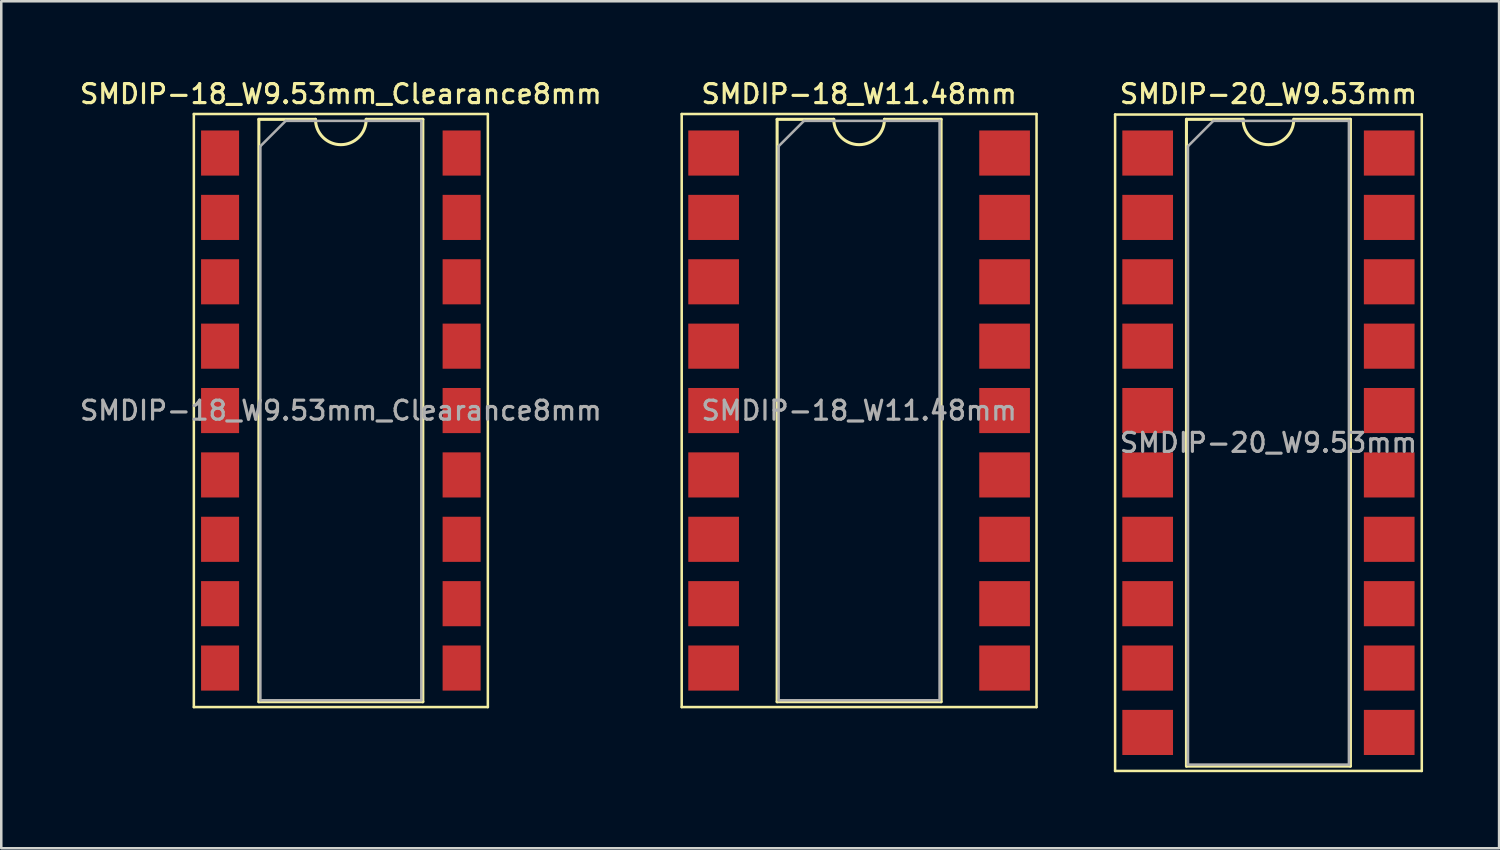
<source format=kicad_pcb>
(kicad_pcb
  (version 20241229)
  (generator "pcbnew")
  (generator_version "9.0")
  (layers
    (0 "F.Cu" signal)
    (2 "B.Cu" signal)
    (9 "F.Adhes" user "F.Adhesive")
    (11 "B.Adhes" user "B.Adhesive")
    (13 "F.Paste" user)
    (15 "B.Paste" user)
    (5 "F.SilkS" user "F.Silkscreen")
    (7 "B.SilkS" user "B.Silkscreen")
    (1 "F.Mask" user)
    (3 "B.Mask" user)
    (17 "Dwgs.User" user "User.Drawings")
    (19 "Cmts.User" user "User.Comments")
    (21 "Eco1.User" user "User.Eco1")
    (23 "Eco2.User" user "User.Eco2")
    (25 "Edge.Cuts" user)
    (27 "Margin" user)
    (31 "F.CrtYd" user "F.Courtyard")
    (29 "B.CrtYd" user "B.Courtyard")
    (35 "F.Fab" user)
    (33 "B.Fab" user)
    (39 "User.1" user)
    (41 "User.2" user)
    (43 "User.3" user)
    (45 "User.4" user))
  (footprint "SMDIP-18_W9.53mm_Clearance8mm"
    (layer "F.Cu")
    (at 10.398 13.148)
    (property "Reference" "SMDIP-18_W9.53mm_Clearance8mm" (at 0 -12.49 0) (layer "F.SilkS") (effects (font (size 0.75 0.75) (thickness 0.125))))
    (attr smd)
    (fp_line (start -5.8 -11.7) (end -5.8 11.7) (stroke (width 0.1) (type solid)) (layer "F.SilkS"))
    (fp_line (start -5.8 11.7) (end 5.8 11.7) (stroke (width 0.1) (type solid)) (layer "F.SilkS"))
    (fp_line (start -3.235 -11.49) (end -3.235 11.49) (stroke (width 0.12) (type solid)) (layer "F.SilkS"))
    (fp_line (start -3.235 11.49) (end 3.235 11.49) (stroke (width 0.12) (type solid)) (layer "F.SilkS"))
    (fp_line (start -1 -11.49) (end -3.235 -11.49) (stroke (width 0.12) (type solid)) (layer "F.SilkS"))
    (fp_line (start 3.235 -11.49) (end 1 -11.49) (stroke (width 0.12) (type solid)) (layer "F.SilkS"))
    (fp_line (start 3.235 11.49) (end 3.235 -11.49) (stroke (width 0.12) (type solid)) (layer "F.SilkS"))
    (fp_line (start 5.8 -11.7) (end -5.8 -11.7) (stroke (width 0.1) (type solid)) (layer "F.SilkS"))
    (fp_line (start 5.8 11.7) (end 5.8 -11.7) (stroke (width 0.1) (type solid)) (layer "F.SilkS"))
    (fp_arc (start 1 -11.49) (mid 0 -10.49) (end -1 -11.49) (stroke (width 0.12) (type solid)) (layer "F.SilkS"))
    (fp_line (start -3.175 -10.43) (end -2.175 -11.43) (stroke (width 0.1) (type solid)) (layer "F.Fab"))
    (fp_line (start -3.175 11.43) (end -3.175 -10.43) (stroke (width 0.1) (type solid)) (layer "F.Fab"))
    (fp_line (start -2.175 -11.43) (end 3.175 -11.43) (stroke (width 0.1) (type solid)) (layer "F.Fab"))
    (fp_line (start 3.175 -11.43) (end 3.175 11.43) (stroke (width 0.1) (type solid)) (layer "F.Fab"))
    (fp_line (start 3.175 11.43) (end -3.175 11.43) (stroke (width 0.1) (type solid)) (layer "F.Fab"))
    (fp_text user "${REFERENCE}" (at 0 0 0) (layer "F.Fab") (effects (font (size 0.75 0.75) (thickness 0.125))))
    (pad "1" smd rect (at -4.765 -10.16) (size 1.5 1.78) (layers "F.Cu" "F.Mask" "F.Paste"))
    (pad "2" smd rect (at -4.765 -7.62) (size 1.5 1.78) (layers "F.Cu" "F.Mask" "F.Paste"))
    (pad "3" smd rect (at -4.765 -5.08) (size 1.5 1.78) (layers "F.Cu" "F.Mask" "F.Paste"))
    (pad "4" smd rect (at -4.765 -2.54) (size 1.5 1.78) (layers "F.Cu" "F.Mask" "F.Paste"))
    (pad "5" smd rect (at -4.765 0) (size 1.5 1.78) (layers "F.Cu" "F.Mask" "F.Paste"))
    (pad "6" smd rect (at -4.765 2.54) (size 1.5 1.78) (layers "F.Cu" "F.Mask" "F.Paste"))
    (pad "7" smd rect (at -4.765 5.08) (size 1.5 1.78) (layers "F.Cu" "F.Mask" "F.Paste"))
    (pad "8" smd rect (at -4.765 7.62) (size 1.5 1.78) (layers "F.Cu" "F.Mask" "F.Paste"))
    (pad "9" smd rect (at -4.765 10.16) (size 1.5 1.78) (layers "F.Cu" "F.Mask" "F.Paste"))
    (pad "10" smd rect (at 4.765 10.16) (size 1.5 1.78) (layers "F.Cu" "F.Mask" "F.Paste"))
    (pad "11" smd rect (at 4.765 7.62) (size 1.5 1.78) (layers "F.Cu" "F.Mask" "F.Paste"))
    (pad "12" smd rect (at 4.765 5.08) (size 1.5 1.78) (layers "F.Cu" "F.Mask" "F.Paste"))
    (pad "13" smd rect (at 4.765 2.54) (size 1.5 1.78) (layers "F.Cu" "F.Mask" "F.Paste"))
    (pad "14" smd rect (at 4.765 0) (size 1.5 1.78) (layers "F.Cu" "F.Mask" "F.Paste"))
    (pad "15" smd rect (at 4.765 -2.54) (size 1.5 1.78) (layers "F.Cu" "F.Mask" "F.Paste"))
    (pad "16" smd rect (at 4.765 -5.08) (size 1.5 1.78) (layers "F.Cu" "F.Mask" "F.Paste"))
    (pad "17" smd rect (at 4.765 -7.62) (size 1.5 1.78) (layers "F.Cu" "F.Mask" "F.Paste"))
    (pad "18" smd rect (at 4.765 -10.16) (size 1.5 1.78) (layers "F.Cu" "F.Mask" "F.Paste")))
  (footprint "SMDIP-20_W9.53mm"
    (layer "F.Cu")
    (at 46.996 14.418)
    (property "Reference" "SMDIP-20_W9.53mm" (at 0 -13.76 0) (layer "F.SilkS") (effects (font (size 0.75 0.75) (thickness 0.125))))
    (attr smd)
    (fp_line (start -6.05 -12.95) (end -6.05 12.95) (stroke (width 0.1) (type solid)) (layer "F.SilkS"))
    (fp_line (start -6.05 12.95) (end 6.05 12.95) (stroke (width 0.1) (type solid)) (layer "F.SilkS"))
    (fp_line (start -3.235 -12.76) (end -3.235 12.76) (stroke (width 0.12) (type solid)) (layer "F.SilkS"))
    (fp_line (start -3.235 12.76) (end 3.235 12.76) (stroke (width 0.12) (type solid)) (layer "F.SilkS"))
    (fp_line (start -1 -12.76) (end -3.235 -12.76) (stroke (width 0.12) (type solid)) (layer "F.SilkS"))
    (fp_line (start 3.235 -12.76) (end 1 -12.76) (stroke (width 0.12) (type solid)) (layer "F.SilkS"))
    (fp_line (start 3.235 12.76) (end 3.235 -12.76) (stroke (width 0.12) (type solid)) (layer "F.SilkS"))
    (fp_line (start 6.05 -12.95) (end -6.05 -12.95) (stroke (width 0.1) (type solid)) (layer "F.SilkS"))
    (fp_line (start 6.05 12.95) (end 6.05 -12.95) (stroke (width 0.1) (type solid)) (layer "F.SilkS"))
    (fp_arc (start 1 -12.76) (mid 0 -11.76) (end -1 -12.76) (stroke (width 0.12) (type solid)) (layer "F.SilkS"))
    (fp_line (start -3.175 -11.7) (end -2.175 -12.7) (stroke (width 0.1) (type solid)) (layer "F.Fab"))
    (fp_line (start -3.175 12.7) (end -3.175 -11.7) (stroke (width 0.1) (type solid)) (layer "F.Fab"))
    (fp_line (start -2.175 -12.7) (end 3.175 -12.7) (stroke (width 0.1) (type solid)) (layer "F.Fab"))
    (fp_line (start 3.175 -12.7) (end 3.175 12.7) (stroke (width 0.1) (type solid)) (layer "F.Fab"))
    (fp_line (start 3.175 12.7) (end -3.175 12.7) (stroke (width 0.1) (type solid)) (layer "F.Fab"))
    (fp_text user "${REFERENCE}" (at 0 0 0) (layer "F.Fab") (effects (font (size 0.75 0.75) (thickness 0.125))))
    (pad "1" smd rect (at -4.765 -11.43) (size 2 1.78) (layers "F.Cu" "F.Mask" "F.Paste"))
    (pad "2" smd rect (at -4.765 -8.89) (size 2 1.78) (layers "F.Cu" "F.Mask" "F.Paste"))
    (pad "3" smd rect (at -4.765 -6.35) (size 2 1.78) (layers "F.Cu" "F.Mask" "F.Paste"))
    (pad "4" smd rect (at -4.765 -3.81) (size 2 1.78) (layers "F.Cu" "F.Mask" "F.Paste"))
    (pad "5" smd rect (at -4.765 -1.27) (size 2 1.78) (layers "F.Cu" "F.Mask" "F.Paste"))
    (pad "6" smd rect (at -4.765 1.27) (size 2 1.78) (layers "F.Cu" "F.Mask" "F.Paste"))
    (pad "7" smd rect (at -4.765 3.81) (size 2 1.78) (layers "F.Cu" "F.Mask" "F.Paste"))
    (pad "8" smd rect (at -4.765 6.35) (size 2 1.78) (layers "F.Cu" "F.Mask" "F.Paste"))
    (pad "9" smd rect (at -4.765 8.89) (size 2 1.78) (layers "F.Cu" "F.Mask" "F.Paste"))
    (pad "10" smd rect (at -4.765 11.43) (size 2 1.78) (layers "F.Cu" "F.Mask" "F.Paste"))
    (pad "11" smd rect (at 4.765 11.43) (size 2 1.78) (layers "F.Cu" "F.Mask" "F.Paste"))
    (pad "12" smd rect (at 4.765 8.89) (size 2 1.78) (layers "F.Cu" "F.Mask" "F.Paste"))
    (pad "13" smd rect (at 4.765 6.35) (size 2 1.78) (layers "F.Cu" "F.Mask" "F.Paste"))
    (pad "14" smd rect (at 4.765 3.81) (size 2 1.78) (layers "F.Cu" "F.Mask" "F.Paste"))
    (pad "15" smd rect (at 4.765 1.27) (size 2 1.78) (layers "F.Cu" "F.Mask" "F.Paste"))
    (pad "16" smd rect (at 4.765 -1.27) (size 2 1.78) (layers "F.Cu" "F.Mask" "F.Paste"))
    (pad "17" smd rect (at 4.765 -3.81) (size 2 1.78) (layers "F.Cu" "F.Mask" "F.Paste"))
    (pad "18" smd rect (at 4.765 -6.35) (size 2 1.78) (layers "F.Cu" "F.Mask" "F.Paste"))
    (pad "19" smd rect (at 4.765 -8.89) (size 2 1.78) (layers "F.Cu" "F.Mask" "F.Paste"))
    (pad "20" smd rect (at 4.765 -11.43) (size 2 1.78) (layers "F.Cu" "F.Mask" "F.Paste")))
  (footprint "SMDIP-18_W11.48mm"
    (layer "F.Cu")
    (at 30.846 13.148)
    (property "Reference" "SMDIP-18_W11.48mm" (at 0 -12.49 0) (layer "F.SilkS") (effects (font (size 0.75 0.75) (thickness 0.125))))
    (attr smd)
    (fp_line (start -7 -11.7) (end -7 11.7) (stroke (width 0.1) (type solid)) (layer "F.SilkS"))
    (fp_line (start -7 11.7) (end 7 11.7) (stroke (width 0.1) (type solid)) (layer "F.SilkS"))
    (fp_line (start -3.235 -11.49) (end -3.235 11.49) (stroke (width 0.12) (type solid)) (layer "F.SilkS"))
    (fp_line (start -3.235 11.49) (end 3.235 11.49) (stroke (width 0.12) (type solid)) (layer "F.SilkS"))
    (fp_line (start -1 -11.49) (end -3.235 -11.49) (stroke (width 0.12) (type solid)) (layer "F.SilkS"))
    (fp_line (start 3.235 -11.49) (end 1 -11.49) (stroke (width 0.12) (type solid)) (layer "F.SilkS"))
    (fp_line (start 3.235 11.49) (end 3.235 -11.49) (stroke (width 0.12) (type solid)) (layer "F.SilkS"))
    (fp_line (start 7 -11.7) (end -7 -11.7) (stroke (width 0.1) (type solid)) (layer "F.SilkS"))
    (fp_line (start 7 11.7) (end 7 -11.7) (stroke (width 0.1) (type solid)) (layer "F.SilkS"))
    (fp_arc (start 1 -11.49) (mid 0 -10.49) (end -1 -11.49) (stroke (width 0.12) (type solid)) (layer "F.SilkS"))
    (fp_line (start -3.175 -10.43) (end -2.175 -11.43) (stroke (width 0.1) (type solid)) (layer "F.Fab"))
    (fp_line (start -3.175 11.43) (end -3.175 -10.43) (stroke (width 0.1) (type solid)) (layer "F.Fab"))
    (fp_line (start -2.175 -11.43) (end 3.175 -11.43) (stroke (width 0.1) (type solid)) (layer "F.Fab"))
    (fp_line (start 3.175 -11.43) (end 3.175 11.43) (stroke (width 0.1) (type solid)) (layer "F.Fab"))
    (fp_line (start 3.175 11.43) (end -3.175 11.43) (stroke (width 0.1) (type solid)) (layer "F.Fab"))
    (fp_text user "${REFERENCE}" (at 0 0 0) (layer "F.Fab") (effects (font (size 0.75 0.75) (thickness 0.125))))
    (pad "1" smd rect (at -5.74 -10.16) (size 2 1.78) (layers "F.Cu" "F.Mask" "F.Paste"))
    (pad "2" smd rect (at -5.74 -7.62) (size 2 1.78) (layers "F.Cu" "F.Mask" "F.Paste"))
    (pad "3" smd rect (at -5.74 -5.08) (size 2 1.78) (layers "F.Cu" "F.Mask" "F.Paste"))
    (pad "4" smd rect (at -5.74 -2.54) (size 2 1.78) (layers "F.Cu" "F.Mask" "F.Paste"))
    (pad "5" smd rect (at -5.74 0) (size 2 1.78) (layers "F.Cu" "F.Mask" "F.Paste"))
    (pad "6" smd rect (at -5.74 2.54) (size 2 1.78) (layers "F.Cu" "F.Mask" "F.Paste"))
    (pad "7" smd rect (at -5.74 5.08) (size 2 1.78) (layers "F.Cu" "F.Mask" "F.Paste"))
    (pad "8" smd rect (at -5.74 7.62) (size 2 1.78) (layers "F.Cu" "F.Mask" "F.Paste"))
    (pad "9" smd rect (at -5.74 10.16) (size 2 1.78) (layers "F.Cu" "F.Mask" "F.Paste"))
    (pad "10" smd rect (at 5.74 10.16) (size 2 1.78) (layers "F.Cu" "F.Mask" "F.Paste"))
    (pad "11" smd rect (at 5.74 7.62) (size 2 1.78) (layers "F.Cu" "F.Mask" "F.Paste"))
    (pad "12" smd rect (at 5.74 5.08) (size 2 1.78) (layers "F.Cu" "F.Mask" "F.Paste"))
    (pad "13" smd rect (at 5.74 2.54) (size 2 1.78) (layers "F.Cu" "F.Mask" "F.Paste"))
    (pad "14" smd rect (at 5.74 0) (size 2 1.78) (layers "F.Cu" "F.Mask" "F.Paste"))
    (pad "15" smd rect (at 5.74 -2.54) (size 2 1.78) (layers "F.Cu" "F.Mask" "F.Paste"))
    (pad "16" smd rect (at 5.74 -5.08) (size 2 1.78) (layers "F.Cu" "F.Mask" "F.Paste"))
    (pad "17" smd rect (at 5.74 -7.62) (size 2 1.78) (layers "F.Cu" "F.Mask" "F.Paste"))
    (pad "18" smd rect (at 5.74 -10.16) (size 2 1.78) (layers "F.Cu" "F.Mask" "F.Paste")))
  (gr_rect
    (start -3 -3)
    (end 56.096 30.418)
    (stroke (width 0.1) (type default))
    (fill no)
    (layer "Edge.Cuts")))
</source>
